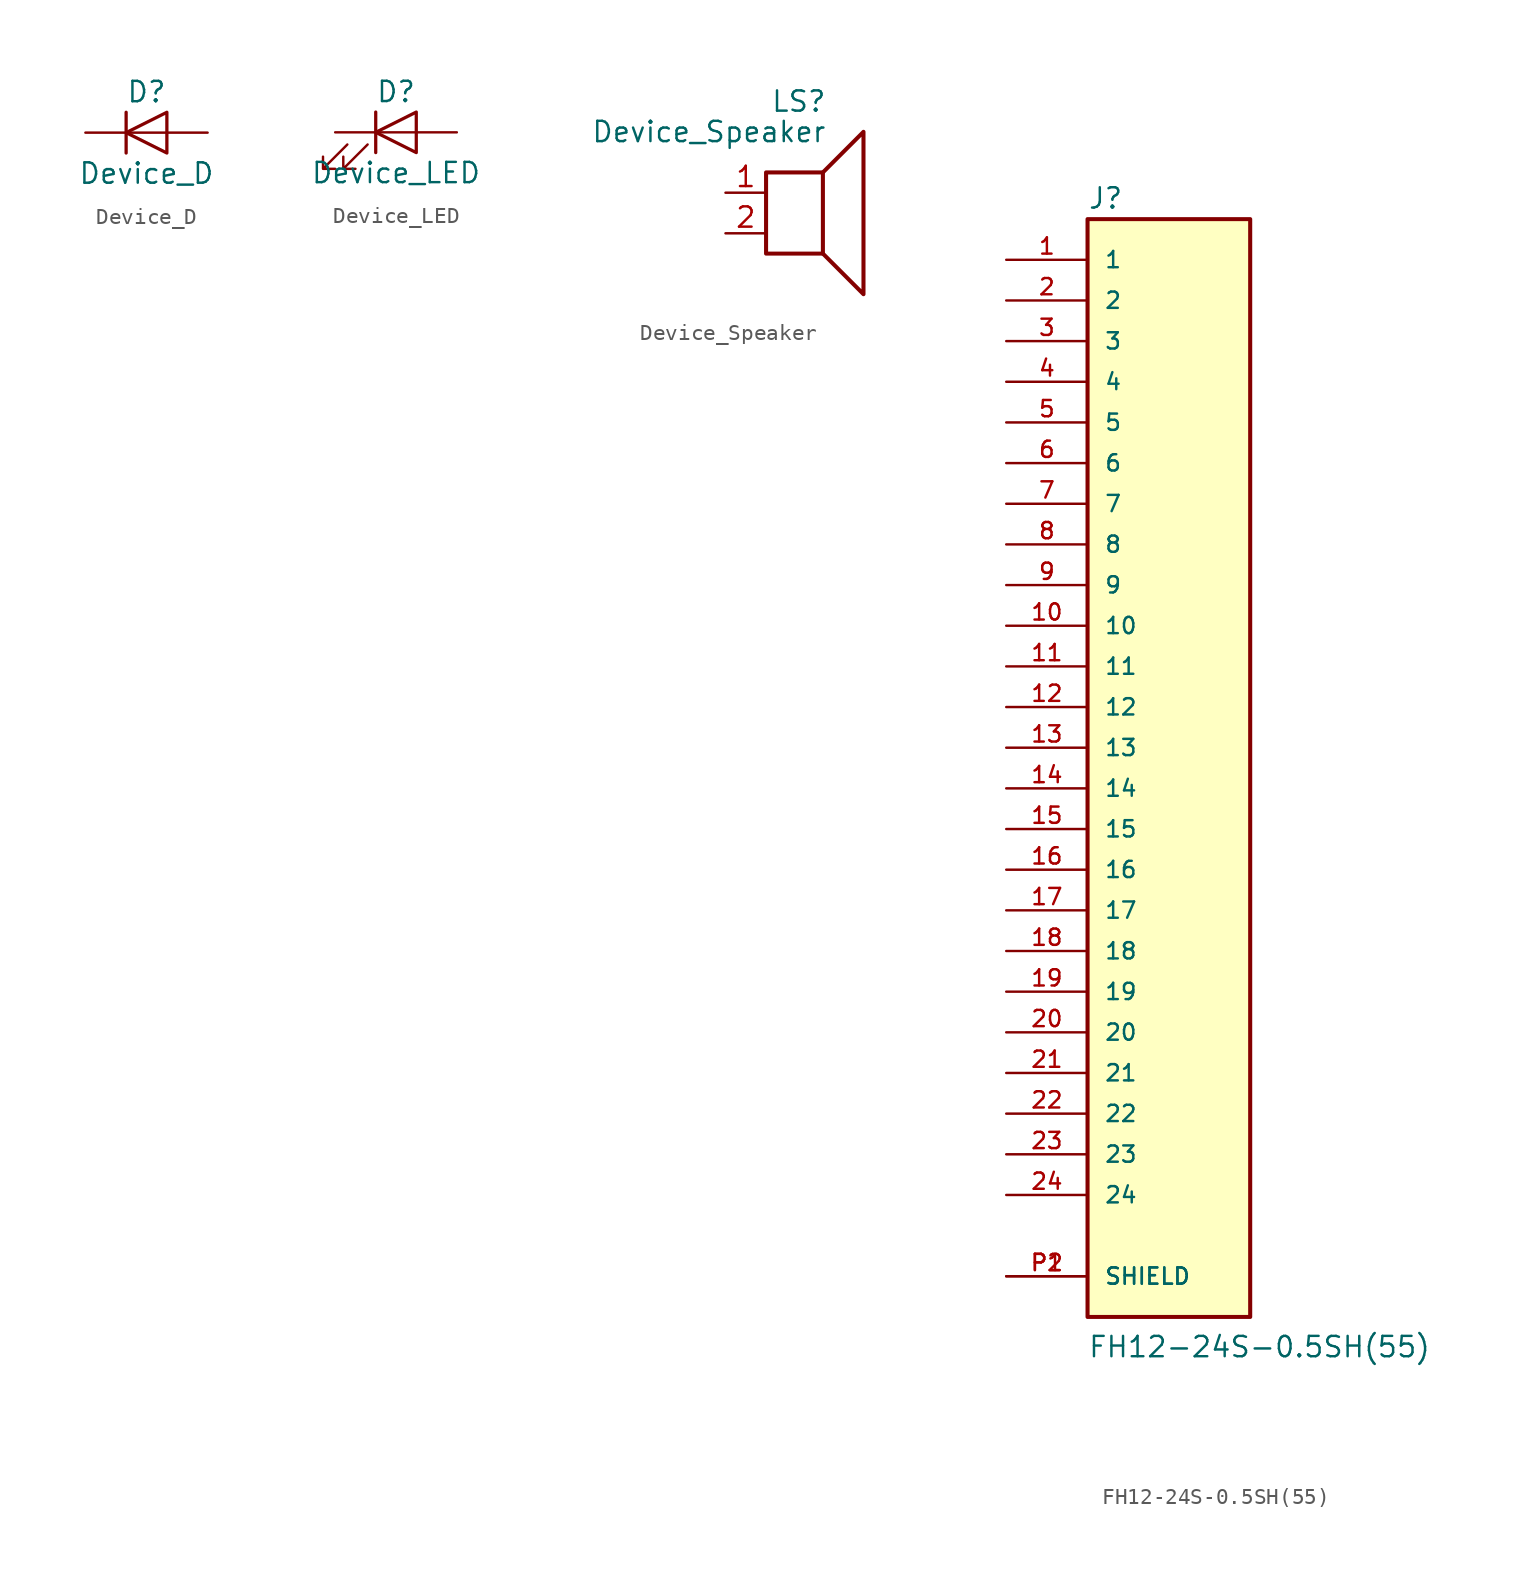
<source format=kicad_sym>
(kicad_symbol_lib
  (version 20210619)
  (generator kicad_symbol_editor)
  (symbol "OpenFlops:Device_D"
    (pin_numbers hide)
    (pin_names
      (offset 1.016) hide)
    (property "Reference" "D"
      (at 0 2.54 0)
      (effects (font (size 1.27 1.27))))
    (property "Value" "Device_D"
      (at 0 -2.54 0)
      (effects (font (size 1.27 1.27))))
    (symbol "Device_D_0_1"
      (polyline (pts (xy -1.27 1.27) (xy -1.27 -1.27)) (stroke (width 0.203)) (fill (type none)))
      (polyline (pts (xy 1.27 0) (xy -1.27 0)) (stroke (width 0)) (fill (type none)))
      (polyline (pts (xy 1.27 1.27) (xy 1.27 -1.27) (xy -1.27 0) (xy 1.27 1.27)) (stroke (width 0.203)) (fill (type none))))
    (symbol "Device_D_1_1"
      (pin passive line (at -3.81 0 0) (length 2.54) (name "K" (effects (font (size 1.27 1.27)))) (number "1" (effects (font (size 1.27 1.27)))))
      (pin passive line (at 3.81 0 180) (length 2.54) (name "A" (effects (font (size 1.27 1.27)))) (number "2" (effects (font (size 1.27 1.27)))))))
  (symbol "OpenFlops:Device_LED"
    (pin_numbers hide)
    (pin_names
      (offset 1.016) hide)
    (property "Reference" "D"
      (at 0 2.54 0)
      (effects (font (size 1.27 1.27))))
    (property "Value" "Device_LED"
      (at 0 -2.54 0)
      (effects (font (size 1.27 1.27))))
    (symbol "Device_LED_0_1"
      (polyline (pts (xy -1.27 -1.27) (xy -1.27 1.27)) (stroke (width 0.203)) (fill (type none)))
      (polyline (pts (xy -1.27 0) (xy 1.27 0)) (stroke (width 0)) (fill (type none)))
      (polyline (pts (xy 1.27 -1.27) (xy 1.27 1.27) (xy -1.27 0) (xy 1.27 -1.27)) (stroke (width 0.203)) (fill (type none)))
      (polyline (pts (xy -3.048 -0.762) (xy -4.572 -2.286) (xy -3.81 -2.286) (xy -4.572 -2.286) (xy -4.572 -1.524)) (stroke (width 0)) (fill (type none)))
      (polyline (pts (xy -1.778 -0.762) (xy -3.302 -2.286) (xy -2.54 -2.286) (xy -3.302 -2.286) (xy -3.302 -1.524)) (stroke (width 0)) (fill (type none))))
    (symbol "Device_LED_1_1"
      (pin passive line (at -3.81 0 0) (length 2.54) (name "K" (effects (font (size 1.27 1.27)))) (number "1" (effects (font (size 1.27 1.27)))))
      (pin passive line (at 3.81 0 180) (length 2.54) (name "A" (effects (font (size 1.27 1.27)))) (number "2" (effects (font (size 1.27 1.27)))))))
  (symbol "OpenFlops:Device_Speaker"
    (pin_names
      (offset 0) hide)
    (property "Reference" "LS"
      (at 1.27 5.715 0)
      (effects (font (size 1.27 1.27)) (justify right)))
    (property "Value" "Device_Speaker"
      (at 1.27 3.81 0)
      (effects (font (size 1.27 1.27)) (justify right)))
    (symbol "Device_Speaker_0_0"
      (rectangle (start -2.54 1.27) (end 1.016 -3.81) (stroke (width 0.254)) (fill (type none)))
      (polyline (pts (xy 1.016 1.27) (xy 3.556 3.81) (xy 3.556 -6.35) (xy 1.016 -3.81)) (stroke (width 0.254)) (fill (type none))))
    (symbol "Device_Speaker_1_1"
      (pin input line (at -5.08 0 0) (length 2.54) (name "1" (effects (font (size 1.27 1.27)))) (number "1" (effects (font (size 1.27 1.27)))))
      (pin input line (at -5.08 -2.54 0) (length 2.54) (name "2" (effects (font (size 1.27 1.27)))) (number "2" (effects (font (size 1.27 1.27)))))))
  (symbol "OpenFlops:FH12-24S-0.5SH(55)"
    (pin_names
      (offset 1.016))
    (property "Reference" "J"
      (at -5.08 36.119 0)
      (effects (font (size 1.27 1.27)) (justify left bottom)))
    (property "Value" "FH12-24S-0.5SH(55)"
      (at -5.08 -35.636 0)
      (effects (font (size 1.27 1.27)) (justify left bottom)))
    (property "ki_locked" ""
      (at 0 0 0)
      (effects (font (size 1.27 1.27))))
    (symbol "FH12-24S-0.5SH(55)_0_0"
      (rectangle (start -5.08 -33.02) (end 5.08 35.56) (stroke (width 0.254)) (fill (type background)))
      (pin passive line (at -10.16 33.02 0) (length 5.08) (name "1" (effects (font (size 1.016 1.016)))) (number "1" (effects (font (size 1.016 1.016)))))
      (pin passive line (at -10.16 10.16 0) (length 5.08) (name "10" (effects (font (size 1.016 1.016)))) (number "10" (effects (font (size 1.016 1.016)))))
      (pin passive line (at -10.16 7.62 0) (length 5.08) (name "11" (effects (font (size 1.016 1.016)))) (number "11" (effects (font (size 1.016 1.016)))))
      (pin passive line (at -10.16 5.08 0) (length 5.08) (name "12" (effects (font (size 1.016 1.016)))) (number "12" (effects (font (size 1.016 1.016)))))
      (pin passive line (at -10.16 2.54 0) (length 5.08) (name "13" (effects (font (size 1.016 1.016)))) (number "13" (effects (font (size 1.016 1.016)))))
      (pin passive line (at -10.16 0 0) (length 5.08) (name "14" (effects (font (size 1.016 1.016)))) (number "14" (effects (font (size 1.016 1.016)))))
      (pin passive line (at -10.16 -2.54 0) (length 5.08) (name "15" (effects (font (size 1.016 1.016)))) (number "15" (effects (font (size 1.016 1.016)))))
      (pin passive line (at -10.16 -5.08 0) (length 5.08) (name "16" (effects (font (size 1.016 1.016)))) (number "16" (effects (font (size 1.016 1.016)))))
      (pin passive line (at -10.16 -7.62 0) (length 5.08) (name "17" (effects (font (size 1.016 1.016)))) (number "17" (effects (font (size 1.016 1.016)))))
      (pin passive line (at -10.16 -10.16 0) (length 5.08) (name "18" (effects (font (size 1.016 1.016)))) (number "18" (effects (font (size 1.016 1.016)))))
      (pin passive line (at -10.16 -12.7 0) (length 5.08) (name "19" (effects (font (size 1.016 1.016)))) (number "19" (effects (font (size 1.016 1.016)))))
      (pin passive line (at -10.16 30.48 0) (length 5.08) (name "2" (effects (font (size 1.016 1.016)))) (number "2" (effects (font (size 1.016 1.016)))))
      (pin passive line (at -10.16 -15.24 0) (length 5.08) (name "20" (effects (font (size 1.016 1.016)))) (number "20" (effects (font (size 1.016 1.016)))))
      (pin passive line (at -10.16 -17.78 0) (length 5.08) (name "21" (effects (font (size 1.016 1.016)))) (number "21" (effects (font (size 1.016 1.016)))))
      (pin passive line (at -10.16 -20.32 0) (length 5.08) (name "22" (effects (font (size 1.016 1.016)))) (number "22" (effects (font (size 1.016 1.016)))))
      (pin passive line (at -10.16 -22.86 0) (length 5.08) (name "23" (effects (font (size 1.016 1.016)))) (number "23" (effects (font (size 1.016 1.016)))))
      (pin passive line (at -10.16 -25.4 0) (length 5.08) (name "24" (effects (font (size 1.016 1.016)))) (number "24" (effects (font (size 1.016 1.016)))))
      (pin passive line (at -10.16 27.94 0) (length 5.08) (name "3" (effects (font (size 1.016 1.016)))) (number "3" (effects (font (size 1.016 1.016)))))
      (pin passive line (at -10.16 25.4 0) (length 5.08) (name "4" (effects (font (size 1.016 1.016)))) (number "4" (effects (font (size 1.016 1.016)))))
      (pin passive line (at -10.16 22.86 0) (length 5.08) (name "5" (effects (font (size 1.016 1.016)))) (number "5" (effects (font (size 1.016 1.016)))))
      (pin passive line (at -10.16 20.32 0) (length 5.08) (name "6" (effects (font (size 1.016 1.016)))) (number "6" (effects (font (size 1.016 1.016)))))
      (pin passive line (at -10.16 17.78 0) (length 5.08) (name "7" (effects (font (size 1.016 1.016)))) (number "7" (effects (font (size 1.016 1.016)))))
      (pin passive line (at -10.16 15.24 0) (length 5.08) (name "8" (effects (font (size 1.016 1.016)))) (number "8" (effects (font (size 1.016 1.016)))))
      (pin passive line (at -10.16 12.7 0) (length 5.08) (name "9" (effects (font (size 1.016 1.016)))) (number "9" (effects (font (size 1.016 1.016)))))
      (pin passive line (at -10.16 -30.48 0) (length 5.08) (name "SHIELD" (effects (font (size 1.016 1.016)))) (number "P1" (effects (font (size 1.016 1.016)))))
      (pin passive line (at -10.16 -30.48 0) (length 5.08) (name "SHIELD" (effects (font (size 1.016 1.016)))) (number "P2" (effects (font (size 1.016 1.016))))))))
</source>
